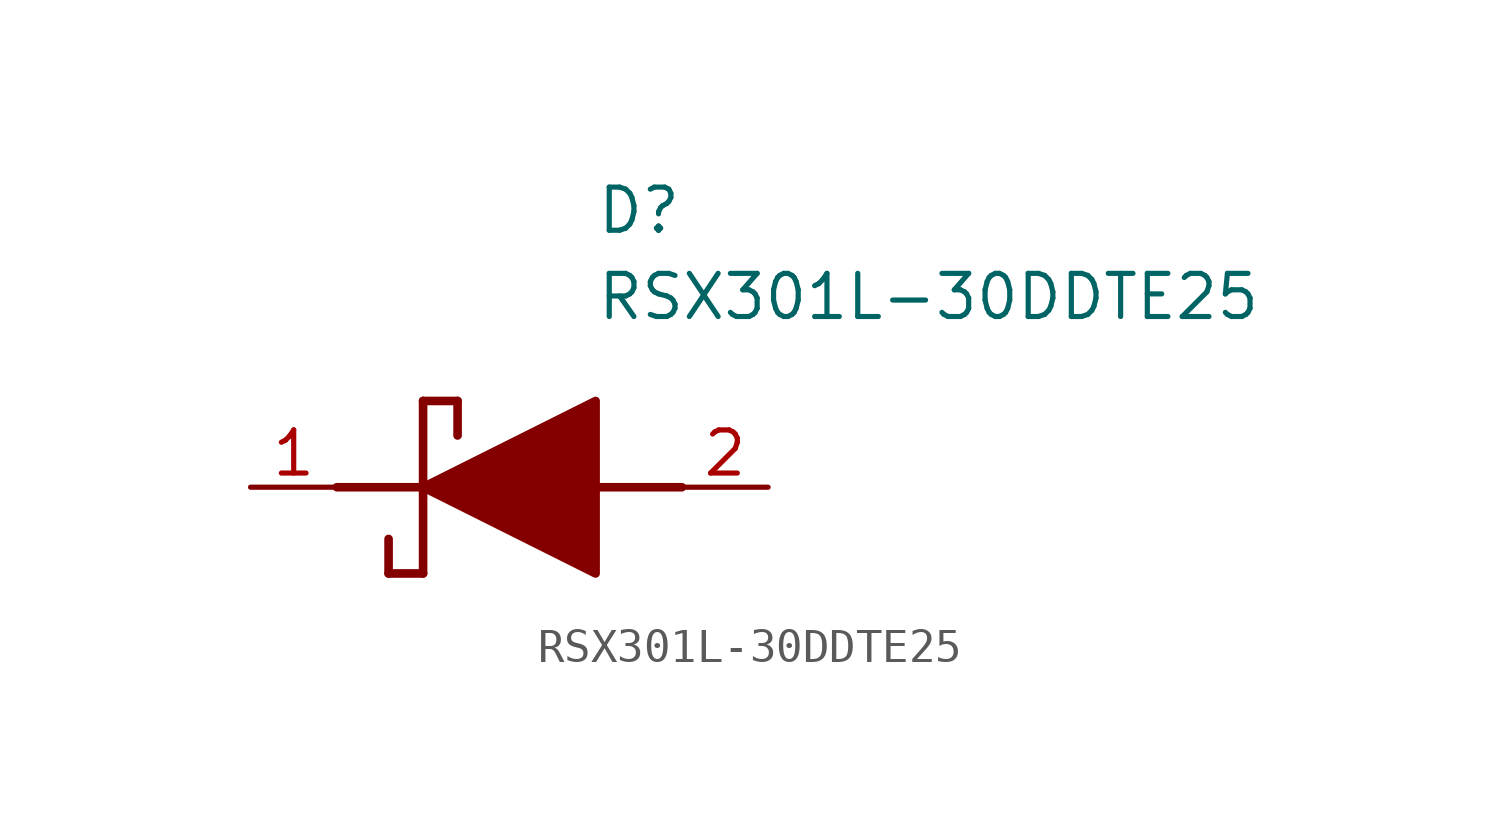
<source format=kicad_sym>
(kicad_symbol_lib
  (version 20231120)
  (generator "kicad_symbol_editor")
  (generator_version "8.0")
  (symbol "RSX301L-30DDTE25"
    (pin_names hide)
    (property "Reference" "D"
      (at 12.7 8.89 0)
      (effects (font (size 1.27 1.27)) (justify left top)))
    (property "Value" "RSX301L-30DDTE25"
      (at 12.7 6.35 0)
      (effects (font (size 1.27 1.27)) (justify left top)))
    (symbol "RSX301L-30DDTE25_1_1"
      (polyline (pts (xy 5.08 0) (xy 7.62 0)) (stroke (width 0.254) (type default)) (fill (type none)))
      (polyline (pts (xy 6.604 -1.524) (xy 6.604 -2.54)) (stroke (width 0.254) (type default)) (fill (type none)))
      (polyline (pts (xy 7.62 -2.54) (xy 6.604 -2.54)) (stroke (width 0.254) (type default)) (fill (type none)))
      (polyline (pts (xy 7.62 2.54) (xy 7.62 -2.54)) (stroke (width 0.254) (type default)) (fill (type none)))
      (polyline (pts (xy 7.62 2.54) (xy 8.636 2.54)) (stroke (width 0.254) (type default)) (fill (type none)))
      (polyline (pts (xy 8.636 1.524) (xy 8.636 2.54)) (stroke (width 0.254) (type default)) (fill (type none)))
      (polyline (pts (xy 12.7 0) (xy 15.24 0)) (stroke (width 0.254) (type default)) (fill (type none)))
      (polyline (pts (xy 7.62 0) (xy 12.7 2.54) (xy 12.7 -2.54) (xy 7.62 0)) (stroke (width 0.254) (type default)) (fill (type outline)))
      (pin passive line (at 2.54 0 0) (length 2.54) (name "K" (effects (font (size 1.27 1.27)))) (number "1" (effects (font (size 1.27 1.27)))))
      (pin passive line (at 17.78 0 180) (length 2.54) (name "A" (effects (font (size 1.27 1.27)))) (number "2" (effects (font (size 1.27 1.27))))))))
</source>
